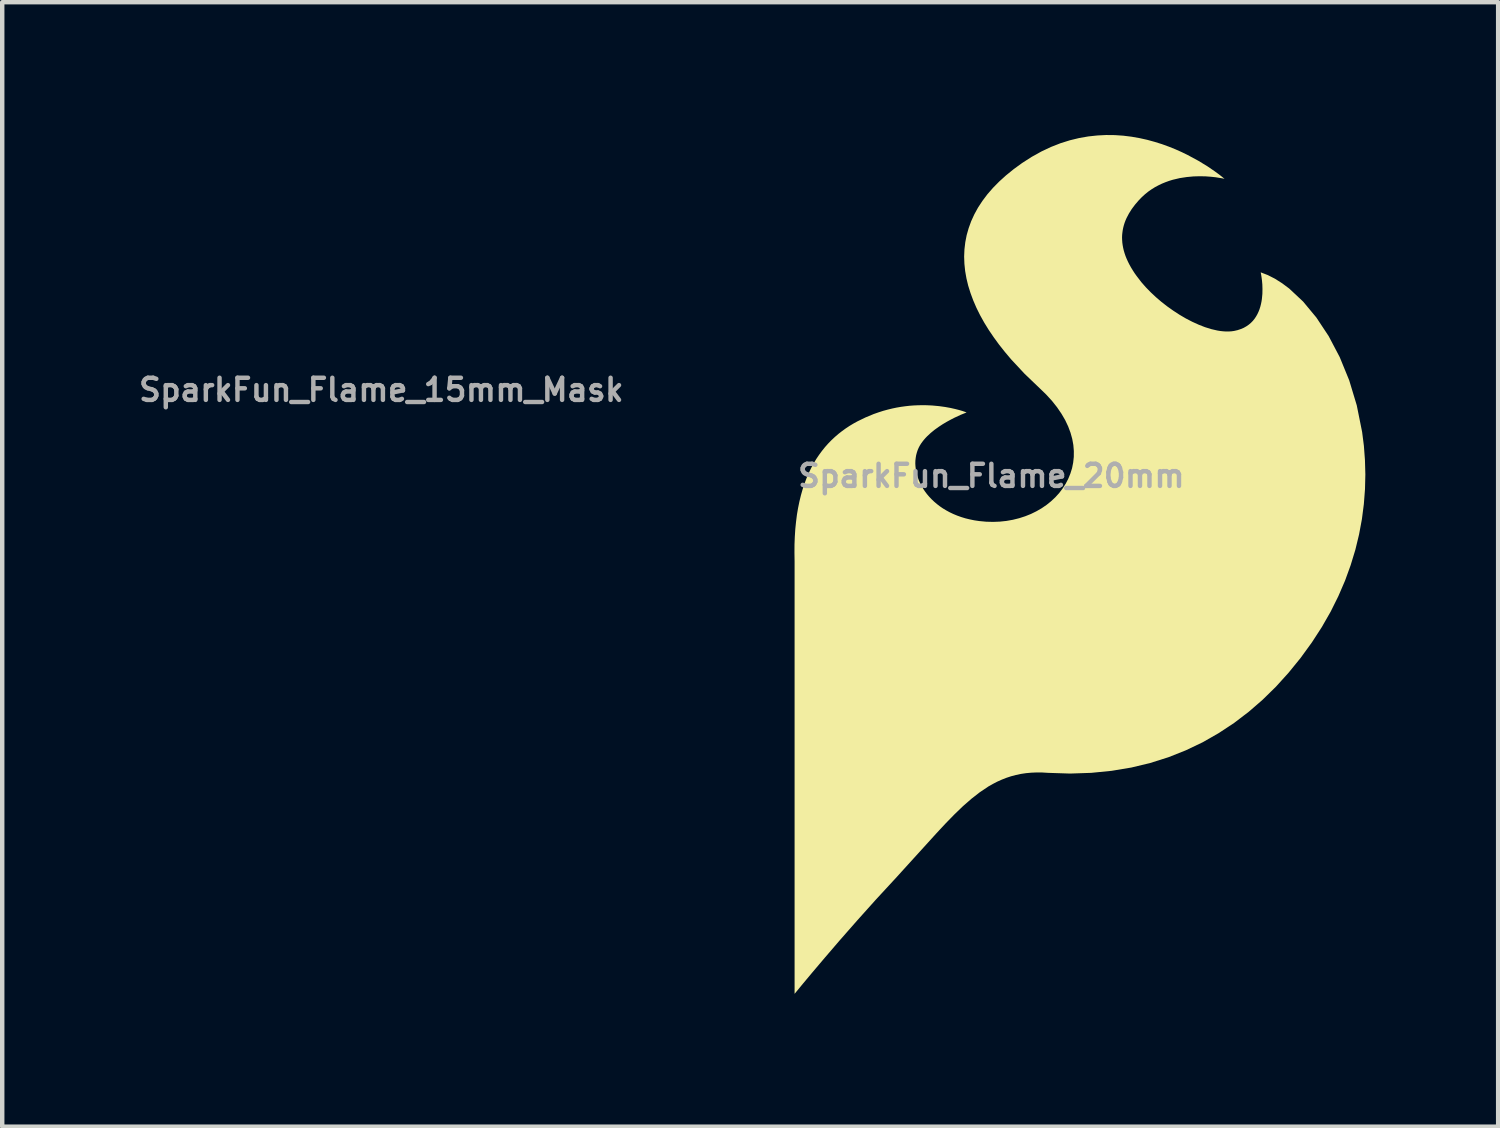
<source format=kicad_pcb>
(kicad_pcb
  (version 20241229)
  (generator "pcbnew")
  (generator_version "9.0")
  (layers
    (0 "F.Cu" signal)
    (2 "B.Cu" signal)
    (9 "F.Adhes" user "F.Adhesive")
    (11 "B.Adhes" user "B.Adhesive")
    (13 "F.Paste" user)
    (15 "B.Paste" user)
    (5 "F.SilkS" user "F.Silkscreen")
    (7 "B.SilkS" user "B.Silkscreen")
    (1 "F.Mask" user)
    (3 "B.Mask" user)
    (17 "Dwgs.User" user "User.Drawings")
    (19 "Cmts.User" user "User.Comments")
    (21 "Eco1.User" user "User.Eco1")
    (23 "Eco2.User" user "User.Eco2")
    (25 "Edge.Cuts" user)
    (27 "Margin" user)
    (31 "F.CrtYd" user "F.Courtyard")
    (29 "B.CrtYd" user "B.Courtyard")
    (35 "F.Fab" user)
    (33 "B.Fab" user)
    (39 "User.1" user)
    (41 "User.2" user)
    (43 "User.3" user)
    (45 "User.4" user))
  (footprint "SparkFun_Flame_15mm_Mask"
    (layer "F.Cu")
    (at 7.05 7.275)
    (property "Reference" "SparkFun_Flame_15mm_Mask" (at -1.486 -1.518 0) (layer "F.Fab") (effects (font (size 0.5 0.5) (thickness 0.1))))
    (attr board_only exclude_from_pos_files exclude_from_bom)
    (fp_poly (pts (xy 0.592 -7.273) (xy 0.735 -7.263) (xy 0.875 -7.246) (xy 1.011 -7.223) (xy 1.142 -7.193) (xy 1.269 -7.158) (xy 1.392 -7.119) (xy 1.509 -7.077) (xy 1.621 -7.032) (xy 1.727 -6.984) (xy 1.827 -6.936) (xy 2.007 -6.838) (xy 2.161 -6.745) (xy 2.284 -6.661) (xy 2.375 -6.594) (xy 2.45 -6.533) (xy 2.41 -6.542) (xy 2.299 -6.56) (xy 2.221 -6.568) (xy 2.132 -6.574) (xy 2.033 -6.577) (xy 1.925 -6.574) (xy 1.811 -6.564) (xy 1.693 -6.545) (xy 1.572 -6.517) (xy 1.512 -6.498) (xy 1.451 -6.477) (xy 1.391 -6.452) (xy 1.331 -6.423) (xy 1.272 -6.391) (xy 1.214 -6.356) (xy 1.158 -6.316) (xy 1.103 -6.272) (xy 1.049 -6.223) (xy 0.998 -6.17) (xy 0.935 -6.096) (xy 0.879 -6.021) (xy 0.83 -5.945) (xy 0.79 -5.867) (xy 0.773 -5.828) (xy 0.758 -5.788) (xy 0.745 -5.747) (xy 0.734 -5.707) (xy 0.726 -5.665) (xy 0.72 -5.624) (xy 0.716 -5.582) (xy 0.714 -5.539) (xy 0.715 -5.496) (xy 0.718 -5.452) (xy 0.724 -5.408) (xy 0.733 -5.363) (xy 0.743 -5.318) (xy 0.757 -5.272) (xy 0.773 -5.226) (xy 0.792 -5.179) (xy 0.813 -5.132) (xy 0.837 -5.084) (xy 0.864 -5.035) (xy 0.894 -4.985) (xy 0.926 -4.935) (xy 0.962 -4.885) (xy 1.042 -4.781) (xy 1.116 -4.696) (xy 1.197 -4.612) (xy 1.286 -4.53) (xy 1.38 -4.45) (xy 1.478 -4.373) (xy 1.581 -4.299) (xy 1.687 -4.231) (xy 1.794 -4.168) (xy 1.903 -4.111) (xy 2.011 -4.062) (xy 2.119 -4.02) (xy 2.225 -3.987) (xy 2.328 -3.963) (xy 2.378 -3.955) (xy 2.427 -3.949) (xy 2.475 -3.947) (xy 2.522 -3.947) (xy 2.567 -3.95) (xy 2.611 -3.956) (xy 2.67 -3.969) (xy 2.724 -3.987) (xy 2.774 -4.008) (xy 2.819 -4.033) (xy 2.86 -4.061) (xy 2.897 -4.092) (xy 2.93 -4.126) (xy 2.959 -4.162) (xy 2.985 -4.2) (xy 3.007 -4.24) (xy 3.026 -4.281) (xy 3.043 -4.323) (xy 3.057 -4.366) (xy 3.068 -4.41) (xy 3.077 -4.454) (xy 3.083 -4.497) (xy 3.091 -4.584) (xy 3.093 -4.666) (xy 3.091 -4.742) (xy 3.085 -4.81) (xy 3.078 -4.867) (xy 3.07 -4.911) (xy 3.063 -4.948) (xy 3.183 -4.902) (xy 3.304 -4.84) (xy 3.425 -4.764) (xy 3.546 -4.674) (xy 3.781 -4.453) (xy 4.006 -4.183) (xy 4.214 -3.868) (xy 4.402 -3.512) (xy 4.562 -3.12) (xy 4.69 -2.696) (xy 4.781 -2.244) (xy 4.811 -2.009) (xy 4.83 -1.769) (xy 4.836 -1.524) (xy 4.83 -1.275) (xy 4.811 -1.022) (xy 4.777 -0.767) (xy 4.73 -0.509) (xy 4.666 -0.249) (xy 4.587 0.013) (xy 4.491 0.275) (xy 4.379 0.538) (xy 4.248 0.8) (xy 4.098 1.062) (xy 3.929 1.322) (xy 3.738 1.585) (xy 3.536 1.835) (xy 3.322 2.07) (xy 3.097 2.291) (xy 2.86 2.497) (xy 2.612 2.686) (xy 2.352 2.858) (xy 2.08 3.012) (xy 1.796 3.149) (xy 1.5 3.266) (xy 1.192 3.364) (xy 0.871 3.441) (xy 0.538 3.497) (xy 0.192 3.531) (xy -0.167 3.543) (xy -0.538 3.531) (xy -0.637 3.525) (xy -0.732 3.524) (xy -0.824 3.528) (xy -0.913 3.536) (xy -0.999 3.549) (xy -1.083 3.567) (xy -1.165 3.589) (xy -1.245 3.615) (xy -1.323 3.646) (xy -1.4 3.68) (xy -1.475 3.719) (xy -1.549 3.762) (xy -1.695 3.858) (xy -1.838 3.97) (xy -1.982 4.096) (xy -2.126 4.235) (xy -2.274 4.387) (xy -2.427 4.551) (xy -3.118 5.312) (xy -3.458 5.68) (xy -3.777 6.036) (xy -4.068 6.368) (xy -4.323 6.664) (xy -4.535 6.915) (xy -4.696 7.107) (xy -4.833 7.275) (xy -4.833 -0.051) (xy -4.836 -0.196) (xy -4.835 -0.336) (xy -4.83 -0.47) (xy -4.822 -0.6) (xy -4.809 -0.724) (xy -4.794 -0.843) (xy -4.775 -0.957) (xy -4.752 -1.067) (xy -4.727 -1.172) (xy -4.698 -1.272) (xy -4.667 -1.368) (xy -4.632 -1.459) (xy -4.595 -1.546) (xy -4.555 -1.63) (xy -4.512 -1.709) (xy -4.467 -1.784) (xy -4.42 -1.855) (xy -4.37 -1.923) (xy -4.318 -1.987) (xy -4.265 -2.048) (xy -4.209 -2.106) (xy -4.151 -2.16) (xy -4.091 -2.211) (xy -4.03 -2.259) (xy -3.967 -2.304) (xy -3.903 -2.346) (xy -3.837 -2.386) (xy -3.77 -2.423) (xy -3.633 -2.49) (xy -3.492 -2.548) (xy -3.412 -2.577) (xy -3.334 -2.601) (xy -3.256 -2.623) (xy -3.18 -2.641) (xy -3.105 -2.657) (xy -3.031 -2.67) (xy -2.959 -2.68) (xy -2.888 -2.688) (xy -2.818 -2.693) (xy -2.751 -2.696) (xy -2.685 -2.698) (xy -2.621 -2.698) (xy -2.559 -2.696) (xy -2.499 -2.692) (xy -2.387 -2.682) (xy -2.285 -2.668) (xy -2.193 -2.651) (xy -2.113 -2.633) (xy -2.046 -2.616) (xy -1.992 -2.6) (xy -1.953 -2.587) (xy -1.92 -2.575) (xy -2.021 -2.534) (xy -2.128 -2.484) (xy -2.191 -2.452) (xy -2.257 -2.416) (xy -2.325 -2.375) (xy -2.394 -2.33) (xy -2.461 -2.281) (xy -2.527 -2.228) (xy -2.588 -2.172) (xy -2.616 -2.142) (xy -2.643 -2.111) (xy -2.668 -2.08) (xy -2.691 -2.047) (xy -2.712 -2.014) (xy -2.73 -1.98) (xy -2.748 -1.939) (xy -2.763 -1.896) (xy -2.774 -1.852) (xy -2.782 -1.807) (xy -2.787 -1.761) (xy -2.788 -1.714) (xy -2.786 -1.667) (xy -2.781 -1.619) (xy -2.773 -1.57) (xy -2.762 -1.522) (xy -2.747 -1.474) (xy -2.729 -1.425) (xy -2.708 -1.377) (xy -2.683 -1.33) (xy -2.656 -1.283) (xy -2.625 -1.237) (xy -2.591 -1.192) (xy -2.554 -1.148) (xy -2.514 -1.105) (xy -2.47 -1.064) (xy -2.424 -1.024) (xy -2.374 -0.986) (xy -2.321 -0.95) (xy -2.265 -0.915) (xy -2.206 -0.883) (xy -2.144 -0.854) (xy -2.079 -0.827) (xy -2.01 -0.803) (xy -1.939 -0.781) (xy -1.865 -0.762) (xy -1.787 -0.747) (xy -1.707 -0.735) (xy -1.588 -0.724) (xy -1.471 -0.72) (xy -1.356 -0.725) (xy -1.244 -0.737) (xy -1.135 -0.756) (xy -1.029 -0.783) (xy -0.927 -0.816) (xy -0.829 -0.855) (xy -0.736 -0.901) (xy -0.648 -0.952) (xy -0.565 -1.009) (xy -0.487 -1.071) (xy -0.416 -1.138) (xy -0.351 -1.21) (xy -0.292 -1.287) (xy -0.241 -1.367) (xy -0.197 -1.451) (xy -0.161 -1.539) (xy -0.133 -1.631) (xy -0.114 -1.725) (xy -0.104 -1.822) (xy -0.103 -1.921) (xy -0.111 -2.023) (xy -0.13 -2.126) (xy -0.159 -2.232) (xy -0.199 -2.338) (xy -0.25 -2.445) (xy -0.312 -2.554) (xy -0.387 -2.662) (xy -0.474 -2.771) (xy -0.573 -2.88) (xy -0.685 -2.989) (xy -0.937 -3.23) (xy -1.165 -3.475) (xy -1.27 -3.598) (xy -1.368 -3.722) (xy -1.459 -3.847) (xy -1.543 -3.972) (xy -1.62 -4.097) (xy -1.69 -4.222) (xy -1.752 -4.347) (xy -1.807 -4.472) (xy -1.854 -4.597) (xy -1.892 -4.722) (xy -1.922 -4.846) (xy -1.944 -4.97) (xy -1.957 -5.094) (xy -1.961 -5.216) (xy -1.956 -5.338) (xy -1.942 -5.459) (xy -1.918 -5.579) (xy -1.885 -5.697) (xy -1.842 -5.815) (xy -1.789 -5.931) (xy -1.725 -6.046) (xy -1.652 -6.159) (xy -1.567 -6.27) (xy -1.472 -6.38) (xy -1.366 -6.488) (xy -1.249 -6.594) (xy -1.12 -6.698) (xy -0.98 -6.8) (xy -0.816 -6.905) (xy -0.653 -6.996) (xy -0.491 -7.072) (xy -0.33 -7.135) (xy -0.17 -7.185) (xy -0.013 -7.224) (xy 0.142 -7.251) (xy 0.295 -7.268) (xy 0.445 -7.275)) (stroke (width -0.000001) (type solid)) (fill yes) (layer "F.Mask")))
  (footprint "SparkFun_Flame_20mm"
    (layer "F.Cu")
    (at 21.344 9.7)
    (property "Reference" "SparkFun_Flame_20mm" (at -2 -2 0) (layer "F.Fab") (effects (font (size 0.5 0.5) (thickness 0.1))))
    (attr board_only exclude_from_pos_files exclude_from_bom)
    (fp_poly (pts (xy 0.789 -9.698) (xy 0.98 -9.685) (xy 1.166 -9.662) (xy 1.348 -9.63) (xy 1.523 -9.591) (xy 1.693 -9.544) (xy 1.856 -9.493) (xy 2.012 -9.436) (xy 2.161 -9.376) (xy 2.302 -9.313) (xy 2.435 -9.248) (xy 2.676 -9.118) (xy 2.881 -8.993) (xy 3.045 -8.881) (xy 3.166 -8.792) (xy 3.267 -8.711) (xy 3.213 -8.722) (xy 3.065 -8.746) (xy 2.962 -8.757) (xy 2.843 -8.766) (xy 2.71 -8.769) (xy 2.567 -8.765) (xy 2.415 -8.751) (xy 2.257 -8.727) (xy 2.096 -8.689) (xy 2.015 -8.664) (xy 1.935 -8.635) (xy 1.854 -8.602) (xy 1.775 -8.564) (xy 1.696 -8.522) (xy 1.619 -8.474) (xy 1.543 -8.421) (xy 1.47 -8.362) (xy 1.399 -8.297) (xy 1.331 -8.227) (xy 1.246 -8.128) (xy 1.171 -8.028) (xy 1.107 -7.926) (xy 1.053 -7.823) (xy 1.03 -7.77) (xy 1.01 -7.717) (xy 0.993 -7.663) (xy 0.979 -7.609) (xy 0.968 -7.554) (xy 0.96 -7.498) (xy 0.954 -7.442) (xy 0.952 -7.385) (xy 0.954 -7.328) (xy 0.958 -7.27) (xy 0.966 -7.211) (xy 0.977 -7.151) (xy 0.991 -7.091) (xy 1.009 -7.03) (xy 1.03 -6.968) (xy 1.055 -6.906) (xy 1.084 -6.842) (xy 1.116 -6.778) (xy 1.152 -6.713) (xy 1.192 -6.647) (xy 1.235 -6.58) (xy 1.283 -6.513) (xy 1.389 -6.375) (xy 1.488 -6.262) (xy 1.597 -6.15) (xy 1.714 -6.04) (xy 1.839 -5.933) (xy 1.971 -5.83) (xy 2.108 -5.733) (xy 2.249 -5.641) (xy 2.392 -5.557) (xy 2.537 -5.482) (xy 2.682 -5.416) (xy 2.825 -5.36) (xy 2.966 -5.316) (xy 3.104 -5.284) (xy 3.171 -5.273) (xy 3.236 -5.266) (xy 3.3 -5.262) (xy 3.363 -5.262) (xy 3.423 -5.266) (xy 3.481 -5.274) (xy 3.56 -5.292) (xy 3.632 -5.316) (xy 3.699 -5.344) (xy 3.759 -5.378) (xy 3.813 -5.415) (xy 3.862 -5.456) (xy 3.906 -5.501) (xy 3.945 -5.549) (xy 3.979 -5.6) (xy 4.009 -5.653) (xy 4.035 -5.708) (xy 4.057 -5.764) (xy 4.075 -5.821) (xy 4.09 -5.88) (xy 4.102 -5.938) (xy 4.111 -5.996) (xy 4.122 -6.111) (xy 4.124 -6.221) (xy 4.121 -6.323) (xy 4.113 -6.414) (xy 4.103 -6.489) (xy 4.094 -6.547) (xy 4.084 -6.598) (xy 4.245 -6.536) (xy 4.406 -6.454) (xy 4.567 -6.352) (xy 4.728 -6.232) (xy 5.042 -5.938) (xy 5.341 -5.578) (xy 5.619 -5.158) (xy 5.869 -4.683) (xy 6.083 -4.16) (xy 6.254 -3.594) (xy 6.375 -2.992) (xy 6.415 -2.679) (xy 6.439 -2.358) (xy 6.448 -2.032) (xy 6.44 -1.7) (xy 6.414 -1.363) (xy 6.37 -1.022) (xy 6.306 -0.678) (xy 6.222 -0.331) (xy 6.116 0.017) (xy 5.989 0.367) (xy 5.838 0.717) (xy 5.664 1.067) (xy 5.464 1.416) (xy 5.239 1.763) (xy 4.984 2.114) (xy 4.714 2.446) (xy 4.429 2.761) (xy 4.129 3.055) (xy 3.813 3.329) (xy 3.483 3.581) (xy 3.136 3.81) (xy 2.774 4.017) (xy 2.395 4.198) (xy 2 4.355) (xy 1.589 4.485) (xy 1.162 4.588) (xy 0.717 4.662) (xy 0.256 4.708) (xy -0.222 4.724) (xy -0.718 4.708) (xy -0.849 4.7) (xy -0.976 4.699) (xy -1.098 4.704) (xy -1.217 4.715) (xy -1.332 4.732) (xy -1.444 4.756) (xy -1.554 4.785) (xy -1.66 4.82) (xy -1.764 4.861) (xy -1.867 4.907) (xy -1.967 4.959) (xy -2.066 5.015) (xy -2.26 5.145) (xy -2.451 5.294) (xy -2.642 5.461) (xy -2.835 5.647) (xy -3.032 5.849) (xy -3.236 6.068) (xy -4.158 7.083) (xy -4.611 7.574) (xy -5.036 8.048) (xy -5.424 8.49) (xy -5.764 8.886) (xy -6.047 9.22) (xy -6.261 9.476) (xy -6.445 9.7) (xy -6.445 -0.068) (xy -6.448 -0.261) (xy -6.447 -0.448) (xy -6.44 -0.627) (xy -6.429 -0.799) (xy -6.412 -0.965) (xy -6.392 -1.124) (xy -6.366 -1.276) (xy -6.336 -1.422) (xy -6.302 -1.562) (xy -6.264 -1.696) (xy -6.222 -1.824) (xy -6.176 -1.946) (xy -6.126 -2.062) (xy -6.073 -2.173) (xy -6.017 -2.278) (xy -5.957 -2.379) (xy -5.893 -2.474) (xy -5.827 -2.564) (xy -5.758 -2.65) (xy -5.686 -2.731) (xy -5.612 -2.807) (xy -5.534 -2.88) (xy -5.455 -2.948) (xy -5.373 -3.012) (xy -5.29 -3.072) (xy -5.204 -3.129) (xy -5.116 -3.182) (xy -5.027 -3.231) (xy -4.844 -3.32) (xy -4.656 -3.398) (xy -4.55 -3.435) (xy -4.445 -3.469) (xy -4.342 -3.497) (xy -4.24 -3.522) (xy -4.14 -3.543) (xy -4.041 -3.56) (xy -3.945 -3.573) (xy -3.85 -3.584) (xy -3.758 -3.591) (xy -3.667 -3.595) (xy -3.58 -3.597) (xy -3.494 -3.597) (xy -3.412 -3.594) (xy -3.333 -3.59) (xy -3.183 -3.576) (xy -3.046 -3.557) (xy -2.924 -3.535) (xy -2.818 -3.511) (xy -2.728 -3.488) (xy -2.656 -3.467) (xy -2.603 -3.449) (xy -2.56 -3.433) (xy -2.694 -3.379) (xy -2.838 -3.312) (xy -2.921 -3.269) (xy -3.009 -3.221) (xy -3.1 -3.167) (xy -3.191 -3.107) (xy -3.282 -3.042) (xy -3.369 -2.971) (xy -3.45 -2.896) (xy -3.488 -2.856) (xy -3.524 -2.815) (xy -3.557 -2.773) (xy -3.588 -2.73) (xy -3.616 -2.685) (xy -3.64 -2.64) (xy -3.664 -2.585) (xy -3.683 -2.528) (xy -3.699 -2.469) (xy -3.709 -2.409) (xy -3.716 -2.348) (xy -3.718 -2.285) (xy -3.715 -2.222) (xy -3.708 -2.158) (xy -3.697 -2.094) (xy -3.682 -2.029) (xy -3.662 -1.965) (xy -3.638 -1.9) (xy -3.61 -1.836) (xy -3.578 -1.773) (xy -3.541 -1.711) (xy -3.5 -1.649) (xy -3.455 -1.589) (xy -3.405 -1.53) (xy -3.351 -1.473) (xy -3.293 -1.418) (xy -3.231 -1.365) (xy -3.165 -1.314) (xy -3.095 -1.266) (xy -3.02 -1.221) (xy -2.941 -1.178) (xy -2.859 -1.139) (xy -2.772 -1.103) (xy -2.68 -1.07) (xy -2.585 -1.041) (xy -2.486 -1.017) (xy -2.383 -0.996) (xy -2.275 -0.98) (xy -2.117 -0.965) (xy -1.961 -0.961) (xy -1.808 -0.967) (xy -1.658 -0.983) (xy -1.513 -1.009) (xy -1.372 -1.044) (xy -1.236 -1.088) (xy -1.106 -1.14) (xy -0.982 -1.201) (xy -0.864 -1.269) (xy -0.753 -1.345) (xy -0.65 -1.428) (xy -0.554 -1.518) (xy -0.467 -1.614) (xy -0.39 -1.716) (xy -0.321 -1.823) (xy -0.263 -1.935) (xy -0.215 -2.053) (xy -0.177 -2.174) (xy -0.152 -2.3) (xy -0.138 -2.429) (xy -0.137 -2.562) (xy -0.148 -2.697) (xy -0.173 -2.835) (xy -0.212 -2.975) (xy -0.265 -3.117) (xy -0.333 -3.261) (xy -0.417 -3.405) (xy -0.516 -3.55) (xy -0.631 -3.695) (xy -0.764 -3.84) (xy -0.914 -3.985) (xy -1.25 -4.307) (xy -1.554 -4.633) (xy -1.693 -4.798) (xy -1.824 -4.963) (xy -1.945 -5.129) (xy -2.058 -5.295) (xy -2.161 -5.462) (xy -2.254 -5.629) (xy -2.337 -5.796) (xy -2.409 -5.963) (xy -2.471 -6.13) (xy -2.523 -6.296) (xy -2.563 -6.462) (xy -2.592 -6.627) (xy -2.609 -6.791) (xy -2.615 -6.955) (xy -2.608 -7.117) (xy -2.589 -7.278) (xy -2.558 -7.438) (xy -2.513 -7.596) (xy -2.456 -7.753) (xy -2.385 -7.908) (xy -2.301 -8.061) (xy -2.202 -8.212) (xy -2.09 -8.361) (xy -1.963 -8.507) (xy -1.821 -8.651) (xy -1.665 -8.792) (xy -1.493 -8.931) (xy -1.306 -9.067) (xy -1.088 -9.207) (xy -0.87 -9.328) (xy -0.654 -9.43) (xy -0.44 -9.514) (xy -0.227 -9.581) (xy -0.017 -9.632) (xy 0.189 -9.668) (xy 0.393 -9.69) (xy 0.593 -9.7)) (stroke (width -0.000001) (type solid)) (fill yes) (layer "F.SilkS")))
  (gr_rect
    (start -3 -3)
    (end 30.792 22.4)
    (stroke (width 0.1) (type default))
    (fill no)
    (layer "Edge.Cuts")))
</source>
